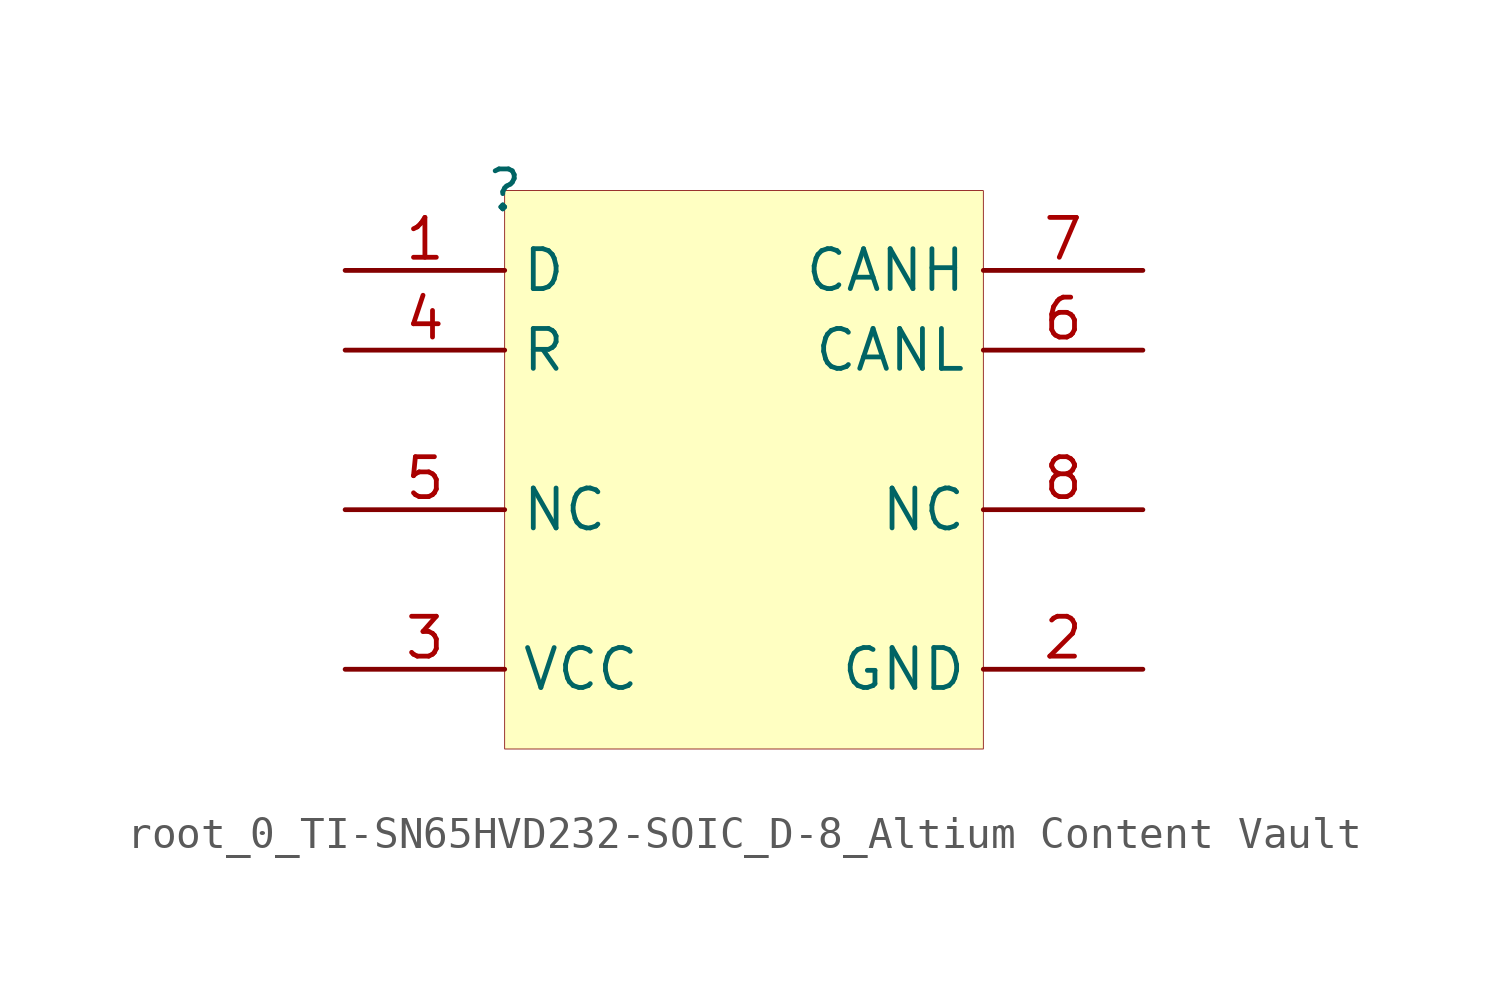
<source format=kicad_sym>
(kicad_symbol_lib
  (version 20241209)
  (generator "kicad_symbol_editor")
  (generator_version "9.99")
  (symbol "root_0_TI-SN65HVD232-SOIC_D-8_Altium Content Vault"
    (property "Reference" ""
      (at 0 0 0)
      (effects (font (size 1.27 1.27))))
    (property "Value" ""
      (at 0 0 0)
      (effects (font (size 1.27 1.27))))
    (symbol "root_0_TI-SN65HVD232-SOIC_D-8_Altium Content Vault_1_0"
      (rectangle (start 15.24 0) (end 0 -17.78) (stroke (width 0.025) (type solid) (color 128 0 0 1)) (fill (type background)))
      (pin input line (at -5.08 -2.54 0) (length 5.08) (name "D" (effects (font (size 1.27 1.27)))) (number "1" (effects (font (size 1.27 1.27)))))
      (pin output line (at -5.08 -5.08 0) (length 5.08) (name "R" (effects (font (size 1.27 1.27)))) (number "4" (effects (font (size 1.27 1.27)))))
      (pin passive line (at -5.08 -10.16 0) (length 5.08) (name "NC" (effects (font (size 1.27 1.27)))) (number "5" (effects (font (size 1.27 1.27)))))
      (pin power_in line (at -5.08 -15.24 0) (length 5.08) (name "VCC" (effects (font (size 1.27 1.27)))) (number "3" (effects (font (size 1.27 1.27)))))
      (pin bidirectional line (at 20.32 -2.54 180) (length 5.08) (name "CANH" (effects (font (size 1.27 1.27)))) (number "7" (effects (font (size 1.27 1.27)))))
      (pin bidirectional line (at 20.32 -5.08 180) (length 5.08) (name "CANL" (effects (font (size 1.27 1.27)))) (number "6" (effects (font (size 1.27 1.27)))))
      (pin passive line (at 20.32 -10.16 180) (length 5.08) (name "NC" (effects (font (size 1.27 1.27)))) (number "8" (effects (font (size 1.27 1.27)))))
      (pin power_in line (at 20.32 -15.24 180) (length 5.08) (name "GND" (effects (font (size 1.27 1.27)))) (number "2" (effects (font (size 1.27 1.27))))))))
</source>
